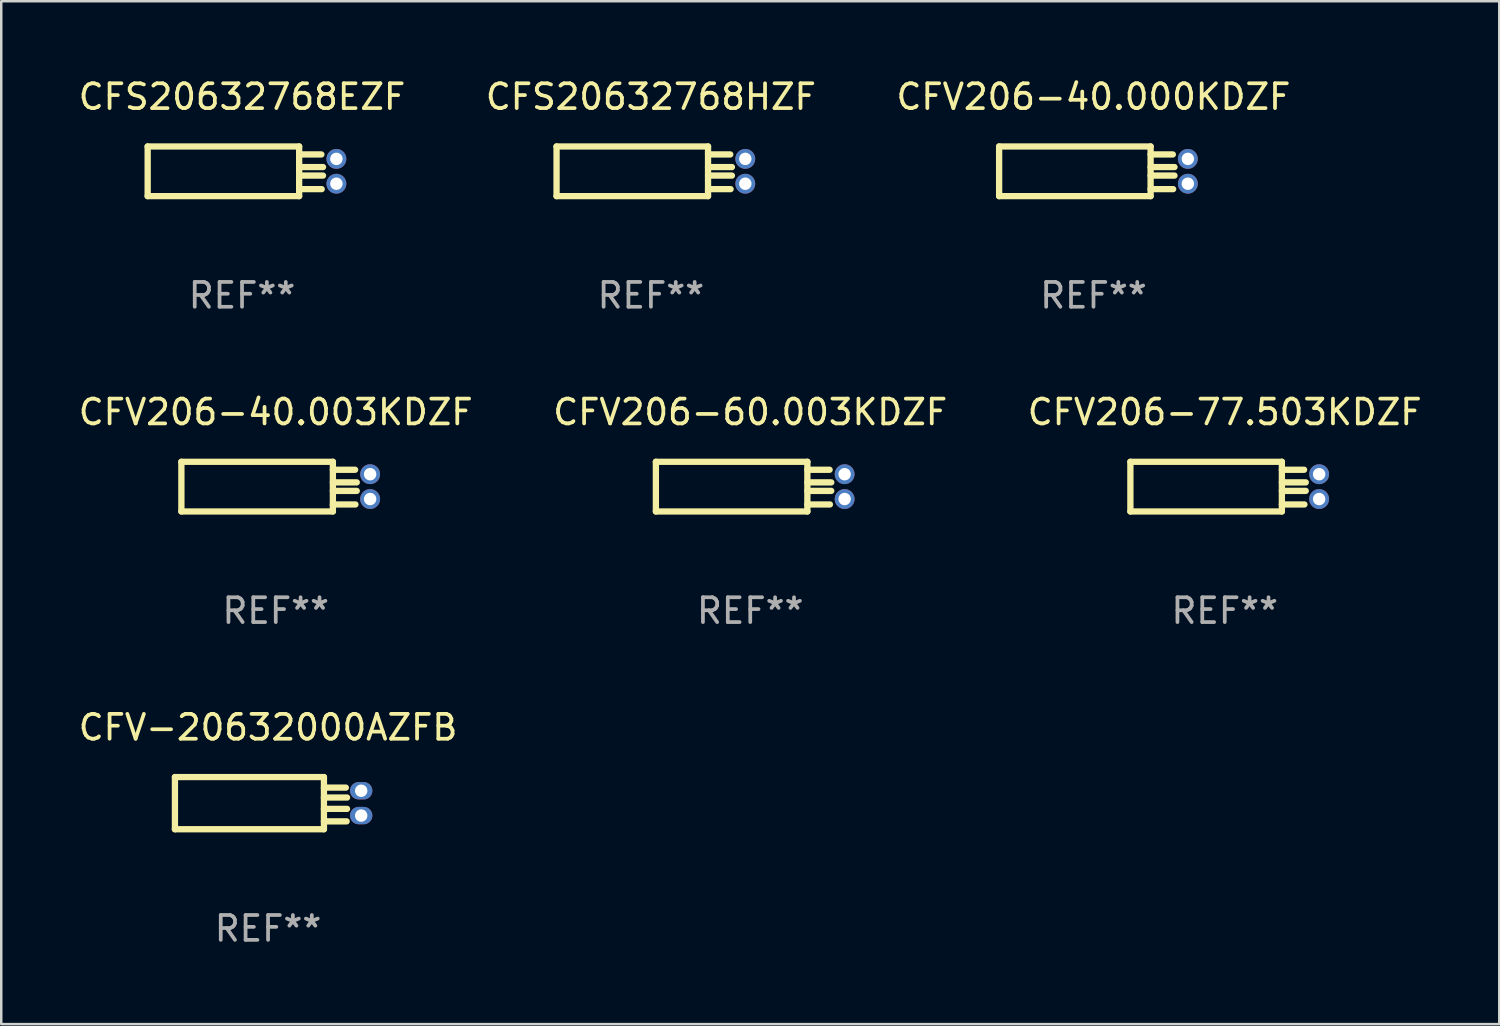
<source format=kicad_pcb>
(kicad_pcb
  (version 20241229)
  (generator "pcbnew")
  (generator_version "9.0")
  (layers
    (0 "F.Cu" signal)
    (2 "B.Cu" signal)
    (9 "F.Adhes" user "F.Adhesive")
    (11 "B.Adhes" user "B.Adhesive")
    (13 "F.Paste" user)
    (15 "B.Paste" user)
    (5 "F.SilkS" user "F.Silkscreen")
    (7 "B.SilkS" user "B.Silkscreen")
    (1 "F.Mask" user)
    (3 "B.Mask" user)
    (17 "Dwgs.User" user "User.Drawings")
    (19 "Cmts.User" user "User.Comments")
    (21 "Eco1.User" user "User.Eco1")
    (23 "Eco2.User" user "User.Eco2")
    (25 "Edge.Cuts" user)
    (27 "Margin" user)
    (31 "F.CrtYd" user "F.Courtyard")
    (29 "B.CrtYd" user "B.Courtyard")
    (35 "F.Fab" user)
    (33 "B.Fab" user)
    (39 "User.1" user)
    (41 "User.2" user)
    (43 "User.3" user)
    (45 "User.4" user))
  (footprint "CFV-20632000AZFB"
    (layer "F.Cu")
    (at 7.744 29.291)
    (property "Reference" "CFV-20632000AZFB" (at 0 -3.05 0) (layer "F.SilkS") (effects (font (size 1 1) (thickness 0.15))))
    (attr through_hole)
    (fp_line (start -3.75 -1.05) (end -3.75 1.05) (stroke (width 0.254) (type solid)) (layer "F.SilkS"))
    (fp_line (start 2.25 -1.05) (end -3.75 -1.05) (stroke (width 0.254) (type solid)) (layer "F.SilkS"))
    (fp_line (start 2.25 -1.05) (end 2.25 1.05) (stroke (width 0.254) (type solid)) (layer "F.SilkS"))
    (fp_line (start 2.25 -0.626) (end 3.132 -0.626) (stroke (width 0.254) (type solid)) (layer "F.SilkS"))
    (fp_line (start 2.25 -0.226) (end 3.181 -0.226) (stroke (width 0.254) (type solid)) (layer "F.SilkS"))
    (fp_line (start 2.25 0.23) (end 3.18 0.23) (stroke (width 0.254) (type solid)) (layer "F.SilkS"))
    (fp_line (start 2.25 0.733) (end 3.164 0.733) (stroke (width 0.254) (type solid)) (layer "F.SilkS"))
    (fp_line (start 2.25 1.05) (end -3.75 1.05) (stroke (width 0.254) (type solid)) (layer "F.SilkS"))
    (fp_circle (center -3.74 -0.98) (end -3.71 -0.98) (stroke (width 0.06) (type solid)) (fill no) (layer "F.SilkS"))
    (fp_text user "REF**" (at 0 5.05 0) (layer "F.Fab") (effects (font (size 1 1) (thickness 0.15))))
    (pad "1" thru_hole oval (at 3.75 -0.5) (size 0.9 0.7) (drill 0.5) (layers "*.Cu" "*.Mask"))
    (pad "2" thru_hole oval (at 3.75 0.5) (size 0.9 0.7) (drill 0.5) (layers "*.Cu" "*.Mask")))
  (footprint "CFV206-60.003KDZF"
    (layer "F.Cu")
    (at 27.161 16.545)
    (property "Reference" "CFV206-60.003KDZF" (at 0 -3 0) (layer "F.SilkS") (effects (font (size 1 1) (thickness 0.15))))
    (attr through_hole)
    (fp_line (start -3.8 1) (end -3.8 -1) (stroke (width 0.254) (type solid)) (layer "F.SilkS"))
    (fp_line (start 2.3 -1) (end -3.8 -1) (stroke (width 0.254) (type solid)) (layer "F.SilkS"))
    (fp_line (start 2.3 -1) (end 2.3 1) (stroke (width 0.254) (type solid)) (layer "F.SilkS"))
    (fp_line (start 2.3 -0.679) (end 3.195 -0.679) (stroke (width 0.254) (type solid)) (layer "F.SilkS"))
    (fp_line (start 2.3 -0.171) (end 3.262 -0.171) (stroke (width 0.254) (type solid)) (layer "F.SilkS"))
    (fp_line (start 2.3 0.172) (end 3.261 0.172) (stroke (width 0.254) (type solid)) (layer "F.SilkS"))
    (fp_line (start 2.3 0.718) (end 3.208 0.718) (stroke (width 0.254) (type solid)) (layer "F.SilkS"))
    (fp_line (start 2.3 1) (end -3.8 1) (stroke (width 0.254) (type solid)) (layer "F.SilkS"))
    (fp_circle (center -3.8 -1) (end -3.77 -1) (stroke (width 0.06) (type solid)) (fill no) (layer "F.SilkS"))
    (fp_text user "REF**" (at 0 5 0) (layer "F.Fab") (effects (font (size 1 1) (thickness 0.15))))
    (pad "1" thru_hole circle (at 3.8 -0.5) (size 0.8 0.8) (drill 0.5) (layers "*.Cu" "*.Mask"))
    (pad "2" thru_hole circle (at 3.8 0.5) (size 0.8 0.8) (drill 0.5) (layers "*.Cu" "*.Mask")))
  (footprint "CFV206-77.503KDZF"
    (layer "F.Cu")
    (at 46.268 16.545)
    (property "Reference" "CFV206-77.503KDZF" (at 0 -3 0) (layer "F.SilkS") (effects (font (size 1 1) (thickness 0.15))))
    (attr through_hole)
    (fp_line (start -3.8 1) (end -3.8 -1) (stroke (width 0.254) (type solid)) (layer "F.SilkS"))
    (fp_line (start 2.3 -1) (end -3.8 -1) (stroke (width 0.254) (type solid)) (layer "F.SilkS"))
    (fp_line (start 2.3 -1) (end 2.3 1) (stroke (width 0.254) (type solid)) (layer "F.SilkS"))
    (fp_line (start 2.3 -0.679) (end 3.195 -0.679) (stroke (width 0.254) (type solid)) (layer "F.SilkS"))
    (fp_line (start 2.3 -0.171) (end 3.262 -0.171) (stroke (width 0.254) (type solid)) (layer "F.SilkS"))
    (fp_line (start 2.3 0.172) (end 3.261 0.172) (stroke (width 0.254) (type solid)) (layer "F.SilkS"))
    (fp_line (start 2.3 0.718) (end 3.208 0.718) (stroke (width 0.254) (type solid)) (layer "F.SilkS"))
    (fp_line (start 2.3 1) (end -3.8 1) (stroke (width 0.254) (type solid)) (layer "F.SilkS"))
    (fp_circle (center -3.8 -1) (end -3.77 -1) (stroke (width 0.06) (type solid)) (fill no) (layer "F.SilkS"))
    (fp_text user "REF**" (at 0 5 0) (layer "F.Fab") (effects (font (size 1 1) (thickness 0.15))))
    (pad "1" thru_hole circle (at 3.8 -0.5) (size 0.8 0.8) (drill 0.5) (layers "*.Cu" "*.Mask"))
    (pad "2" thru_hole circle (at 3.8 0.5) (size 0.8 0.8) (drill 0.5) (layers "*.Cu" "*.Mask")))
  (footprint "CFS20632768HZF"
    (layer "F.Cu")
    (at 23.161 3.848)
    (property "Reference" "CFS20632768HZF" (at 0 -3 0) (layer "F.SilkS") (effects (font (size 1 1) (thickness 0.15))))
    (attr through_hole)
    (fp_line (start -3.8 1) (end -3.8 -1) (stroke (width 0.254) (type solid)) (layer "F.SilkS"))
    (fp_line (start 2.3 -1) (end -3.8 -1) (stroke (width 0.254) (type solid)) (layer "F.SilkS"))
    (fp_line (start 2.3 -1) (end 2.3 1) (stroke (width 0.254) (type solid)) (layer "F.SilkS"))
    (fp_line (start 2.3 -0.679) (end 3.195 -0.679) (stroke (width 0.254) (type solid)) (layer "F.SilkS"))
    (fp_line (start 2.3 -0.171) (end 3.262 -0.171) (stroke (width 0.254) (type solid)) (layer "F.SilkS"))
    (fp_line (start 2.3 0.172) (end 3.261 0.172) (stroke (width 0.254) (type solid)) (layer "F.SilkS"))
    (fp_line (start 2.3 0.718) (end 3.208 0.718) (stroke (width 0.254) (type solid)) (layer "F.SilkS"))
    (fp_line (start 2.3 1) (end -3.8 1) (stroke (width 0.254) (type solid)) (layer "F.SilkS"))
    (fp_circle (center -3.8 -1) (end -3.77 -1) (stroke (width 0.06) (type solid)) (fill no) (layer "F.SilkS"))
    (fp_text user "REF**" (at 0 5 0) (layer "F.Fab") (effects (font (size 1 1) (thickness 0.15))))
    (pad "1" thru_hole circle (at 3.8 -0.5) (size 0.8 0.8) (drill 0.5) (layers "*.Cu" "*.Mask"))
    (pad "2" thru_hole circle (at 3.8 0.5) (size 0.8 0.8) (drill 0.5) (layers "*.Cu" "*.Mask")))
  (footprint "CFV206-40.003KDZF"
    (layer "F.Cu")
    (at 8.054 16.545)
    (property "Reference" "CFV206-40.003KDZF" (at 0 -3 0) (layer "F.SilkS") (effects (font (size 1 1) (thickness 0.15))))
    (attr through_hole)
    (fp_line (start -3.8 1) (end -3.8 -1) (stroke (width 0.254) (type solid)) (layer "F.SilkS"))
    (fp_line (start 2.3 -1) (end -3.8 -1) (stroke (width 0.254) (type solid)) (layer "F.SilkS"))
    (fp_line (start 2.3 -1) (end 2.3 1) (stroke (width 0.254) (type solid)) (layer "F.SilkS"))
    (fp_line (start 2.3 -0.679) (end 3.195 -0.679) (stroke (width 0.254) (type solid)) (layer "F.SilkS"))
    (fp_line (start 2.3 -0.171) (end 3.262 -0.171) (stroke (width 0.254) (type solid)) (layer "F.SilkS"))
    (fp_line (start 2.3 0.172) (end 3.261 0.172) (stroke (width 0.254) (type solid)) (layer "F.SilkS"))
    (fp_line (start 2.3 0.718) (end 3.208 0.718) (stroke (width 0.254) (type solid)) (layer "F.SilkS"))
    (fp_line (start 2.3 1) (end -3.8 1) (stroke (width 0.254) (type solid)) (layer "F.SilkS"))
    (fp_circle (center -3.8 -1) (end -3.77 -1) (stroke (width 0.06) (type solid)) (fill no) (layer "F.SilkS"))
    (fp_text user "REF**" (at 0 5 0) (layer "F.Fab") (effects (font (size 1 1) (thickness 0.15))))
    (pad "1" thru_hole circle (at 3.8 -0.5) (size 0.8 0.8) (drill 0.5) (layers "*.Cu" "*.Mask"))
    (pad "2" thru_hole circle (at 3.8 0.5) (size 0.8 0.8) (drill 0.5) (layers "*.Cu" "*.Mask")))
  (footprint "CFS20632768EZF"
    (layer "F.Cu")
    (at 6.696 3.848)
    (property "Reference" "CFS20632768EZF" (at 0 -3 0) (layer "F.SilkS") (effects (font (size 1 1) (thickness 0.15))))
    (attr through_hole)
    (fp_line (start -3.8 1) (end -3.8 -1) (stroke (width 0.254) (type solid)) (layer "F.SilkS"))
    (fp_line (start 2.3 -1) (end -3.8 -1) (stroke (width 0.254) (type solid)) (layer "F.SilkS"))
    (fp_line (start 2.3 -1) (end 2.3 1) (stroke (width 0.254) (type solid)) (layer "F.SilkS"))
    (fp_line (start 2.3 -0.679) (end 3.195 -0.679) (stroke (width 0.254) (type solid)) (layer "F.SilkS"))
    (fp_line (start 2.3 -0.171) (end 3.262 -0.171) (stroke (width 0.254) (type solid)) (layer "F.SilkS"))
    (fp_line (start 2.3 0.172) (end 3.261 0.172) (stroke (width 0.254) (type solid)) (layer "F.SilkS"))
    (fp_line (start 2.3 0.718) (end 3.208 0.718) (stroke (width 0.254) (type solid)) (layer "F.SilkS"))
    (fp_line (start 2.3 1) (end -3.8 1) (stroke (width 0.254) (type solid)) (layer "F.SilkS"))
    (fp_circle (center -3.8 -1) (end -3.77 -1) (stroke (width 0.06) (type solid)) (fill no) (layer "F.SilkS"))
    (fp_text user "REF**" (at 0 5 0) (layer "F.Fab") (effects (font (size 1 1) (thickness 0.15))))
    (pad "1" thru_hole circle (at 3.8 -0.5) (size 0.8 0.8) (drill 0.5) (layers "*.Cu" "*.Mask"))
    (pad "2" thru_hole circle (at 3.8 0.5) (size 0.8 0.8) (drill 0.5) (layers "*.Cu" "*.Mask")))
  (footprint "CFV206-40.000KDZF"
    (layer "F.Cu")
    (at 40.982 3.848)
    (property "Reference" "CFV206-40.000KDZF" (at 0 -3 0) (layer "F.SilkS") (effects (font (size 1 1) (thickness 0.15))))
    (attr through_hole)
    (fp_line (start -3.8 1) (end -3.8 -1) (stroke (width 0.254) (type solid)) (layer "F.SilkS"))
    (fp_line (start 2.3 -1) (end -3.8 -1) (stroke (width 0.254) (type solid)) (layer "F.SilkS"))
    (fp_line (start 2.3 -1) (end 2.3 1) (stroke (width 0.254) (type solid)) (layer "F.SilkS"))
    (fp_line (start 2.3 -0.679) (end 3.195 -0.679) (stroke (width 0.254) (type solid)) (layer "F.SilkS"))
    (fp_line (start 2.3 -0.171) (end 3.262 -0.171) (stroke (width 0.254) (type solid)) (layer "F.SilkS"))
    (fp_line (start 2.3 0.172) (end 3.261 0.172) (stroke (width 0.254) (type solid)) (layer "F.SilkS"))
    (fp_line (start 2.3 0.718) (end 3.208 0.718) (stroke (width 0.254) (type solid)) (layer "F.SilkS"))
    (fp_line (start 2.3 1) (end -3.8 1) (stroke (width 0.254) (type solid)) (layer "F.SilkS"))
    (fp_circle (center -3.8 -1) (end -3.77 -1) (stroke (width 0.06) (type solid)) (fill no) (layer "F.SilkS"))
    (fp_text user "REF**" (at 0 5 0) (layer "F.Fab") (effects (font (size 1 1) (thickness 0.15))))
    (pad "1" thru_hole circle (at 3.8 -0.5) (size 0.8 0.8) (drill 0.5) (layers "*.Cu" "*.Mask"))
    (pad "2" thru_hole circle (at 3.8 0.5) (size 0.8 0.8) (drill 0.5) (layers "*.Cu" "*.Mask")))
  (gr_rect
    (start -3 -3)
    (end 57.321 38.189)
    (stroke (width 0.1) (type default))
    (fill no)
    (layer "Edge.Cuts")))
</source>
